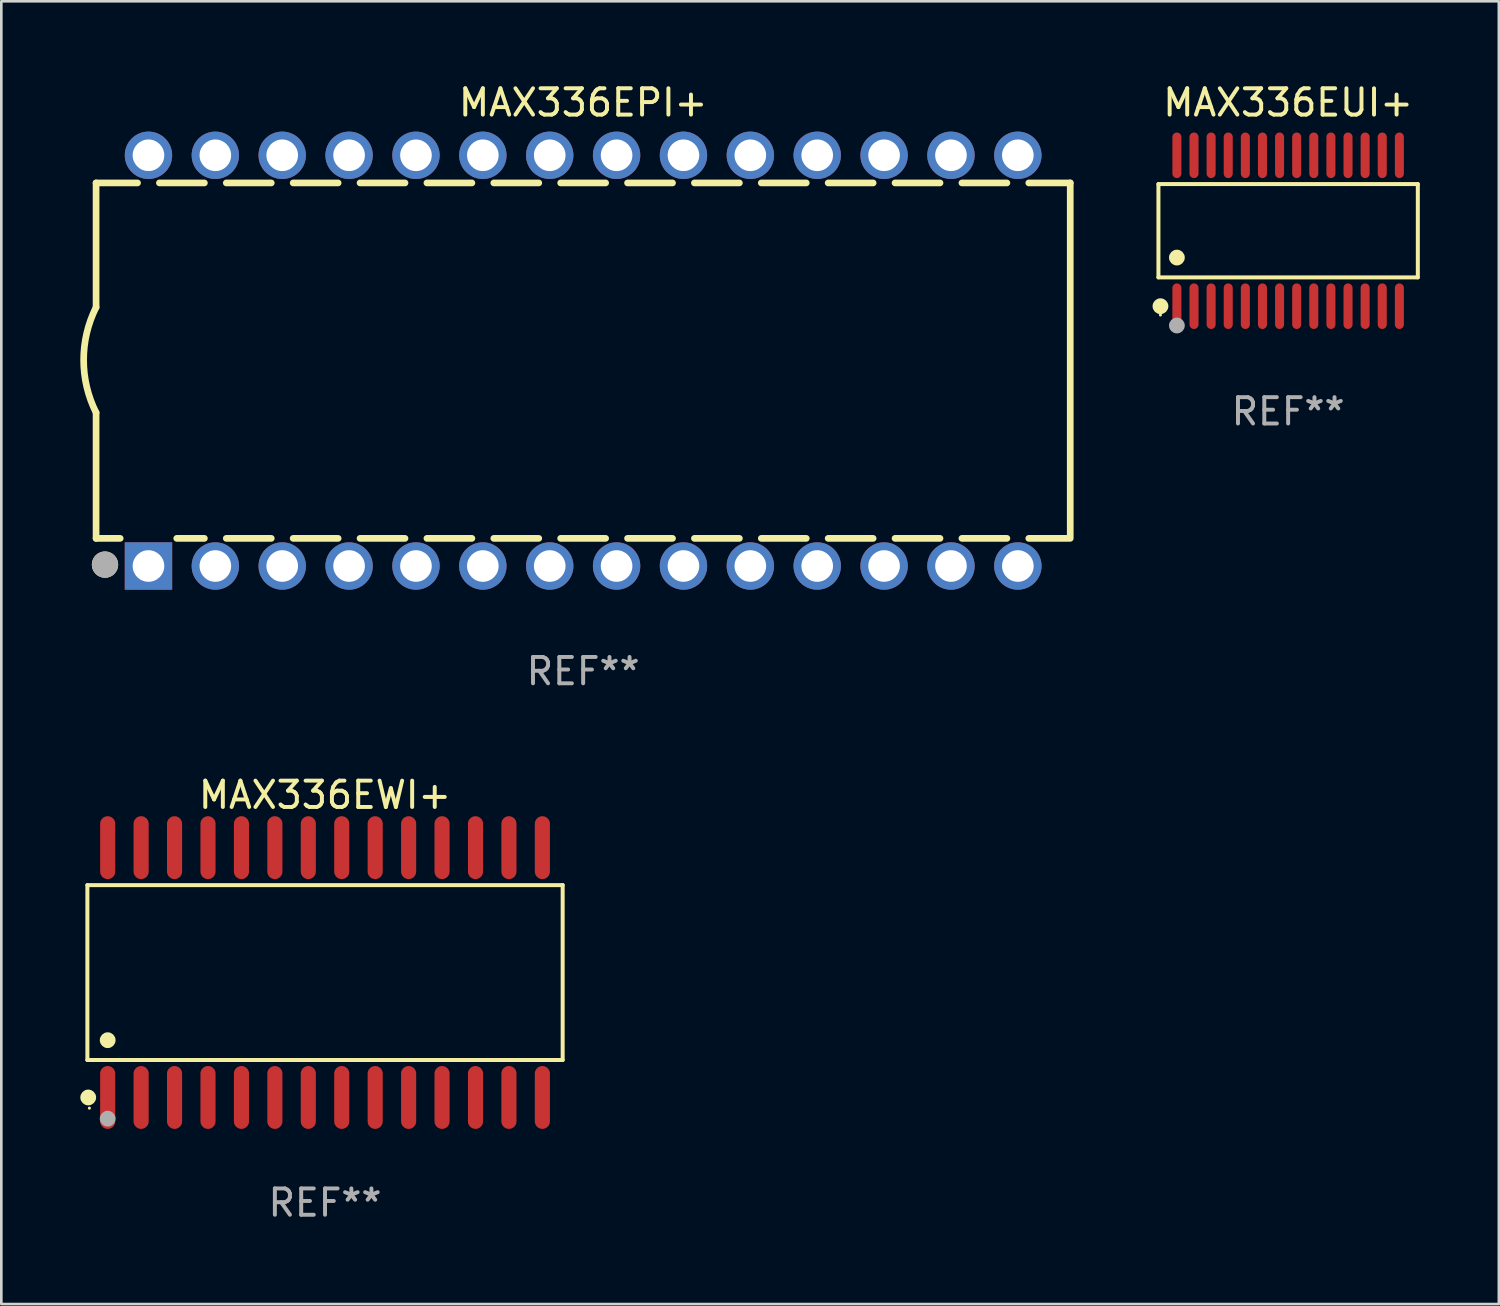
<source format=kicad_pcb>
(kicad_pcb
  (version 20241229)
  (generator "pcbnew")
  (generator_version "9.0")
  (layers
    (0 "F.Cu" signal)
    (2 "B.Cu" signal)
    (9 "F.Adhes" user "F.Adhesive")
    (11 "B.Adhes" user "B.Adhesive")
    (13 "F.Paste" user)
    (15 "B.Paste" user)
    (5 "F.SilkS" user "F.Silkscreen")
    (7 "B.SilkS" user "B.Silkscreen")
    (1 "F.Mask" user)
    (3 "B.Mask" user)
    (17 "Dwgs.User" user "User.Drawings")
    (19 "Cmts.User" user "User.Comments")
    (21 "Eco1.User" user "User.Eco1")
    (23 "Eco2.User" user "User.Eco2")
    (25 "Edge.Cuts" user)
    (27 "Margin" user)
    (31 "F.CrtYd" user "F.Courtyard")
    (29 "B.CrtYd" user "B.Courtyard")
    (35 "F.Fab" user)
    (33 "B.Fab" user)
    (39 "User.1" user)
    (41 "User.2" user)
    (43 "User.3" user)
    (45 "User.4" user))
  (footprint "MAX336EPI+"
    (layer "F.Cu")
    (at 19.099 10.648)
    (property "Reference" "MAX336EPI+" (at 0 -9.8 0) (layer "F.SilkS") (effects (font (size 1 1) (thickness 0.15))))
    (attr through_hole)
    (fp_line (start -18.5 -6.75) (end -18.5 -2.026) (stroke (width 0.254) (type solid)) (layer "F.SilkS"))
    (fp_line (start -18.5 -6.75) (end -16.926 -6.75) (stroke (width 0.254) (type solid)) (layer "F.SilkS"))
    (fp_line (start -18.5 6.75) (end -18.5 1.974) (stroke (width 0.254) (type solid)) (layer "F.SilkS"))
    (fp_line (start -18.5 6.75) (end -17.584 6.75) (stroke (width 0.254) (type solid)) (layer "F.SilkS"))
    (fp_line (start -16.094 -6.75) (end -14.386 -6.75) (stroke (width 0.254) (type solid)) (layer "F.SilkS"))
    (fp_line (start -15.436 6.75) (end -14.386 6.75) (stroke (width 0.254) (type solid)) (layer "F.SilkS"))
    (fp_line (start -13.554 -6.75) (end -11.846 -6.75) (stroke (width 0.254) (type solid)) (layer "F.SilkS"))
    (fp_line (start -13.554 6.75) (end -11.846 6.75) (stroke (width 0.254) (type solid)) (layer "F.SilkS"))
    (fp_line (start -11.014 -6.75) (end -9.306 -6.75) (stroke (width 0.254) (type solid)) (layer "F.SilkS"))
    (fp_line (start -11.014 6.75) (end -9.306 6.75) (stroke (width 0.254) (type solid)) (layer "F.SilkS"))
    (fp_line (start -8.474 -6.75) (end -6.766 -6.75) (stroke (width 0.254) (type solid)) (layer "F.SilkS"))
    (fp_line (start -8.474 6.75) (end -6.766 6.75) (stroke (width 0.254) (type solid)) (layer "F.SilkS"))
    (fp_line (start -5.934 -6.75) (end -4.226 -6.75) (stroke (width 0.254) (type solid)) (layer "F.SilkS"))
    (fp_line (start -5.934 6.75) (end -4.226 6.75) (stroke (width 0.254) (type solid)) (layer "F.SilkS"))
    (fp_line (start -3.394 -6.75) (end -1.686 -6.75) (stroke (width 0.254) (type solid)) (layer "F.SilkS"))
    (fp_line (start -3.394 6.75) (end -1.686 6.75) (stroke (width 0.254) (type solid)) (layer "F.SilkS"))
    (fp_line (start -0.854 -6.75) (end 0.854 -6.75) (stroke (width 0.254) (type solid)) (layer "F.SilkS"))
    (fp_line (start -0.854 6.75) (end 0.854 6.75) (stroke (width 0.254) (type solid)) (layer "F.SilkS"))
    (fp_line (start 1.686 -6.75) (end 3.394 -6.75) (stroke (width 0.254) (type solid)) (layer "F.SilkS"))
    (fp_line (start 1.686 6.75) (end 3.394 6.75) (stroke (width 0.254) (type solid)) (layer "F.SilkS"))
    (fp_line (start 4.226 -6.75) (end 5.934 -6.75) (stroke (width 0.254) (type solid)) (layer "F.SilkS"))
    (fp_line (start 4.226 6.75) (end 5.934 6.75) (stroke (width 0.254) (type solid)) (layer "F.SilkS"))
    (fp_line (start 6.766 -6.75) (end 8.474 -6.75) (stroke (width 0.254) (type solid)) (layer "F.SilkS"))
    (fp_line (start 6.766 6.75) (end 8.474 6.75) (stroke (width 0.254) (type solid)) (layer "F.SilkS"))
    (fp_line (start 9.306 -6.75) (end 11.014 -6.75) (stroke (width 0.254) (type solid)) (layer "F.SilkS"))
    (fp_line (start 9.306 6.75) (end 11.014 6.75) (stroke (width 0.254) (type solid)) (layer "F.SilkS"))
    (fp_line (start 11.846 -6.75) (end 13.554 -6.75) (stroke (width 0.254) (type solid)) (layer "F.SilkS"))
    (fp_line (start 11.846 6.75) (end 13.554 6.75) (stroke (width 0.254) (type solid)) (layer "F.SilkS"))
    (fp_line (start 14.386 -6.75) (end 16.094 -6.75) (stroke (width 0.254) (type solid)) (layer "F.SilkS"))
    (fp_line (start 14.386 6.75) (end 16.094 6.75) (stroke (width 0.254) (type solid)) (layer "F.SilkS"))
    (fp_line (start 16.926 -6.75) (end 18.5 -6.75) (stroke (width 0.254) (type solid)) (layer "F.SilkS"))
    (fp_line (start 16.926 6.75) (end 18.415 6.75) (stroke (width 0.254) (type solid)) (layer "F.SilkS"))
    (fp_line (start 18.5 6.75) (end 18.5 -6.75) (stroke (width 0.254) (type solid)) (layer "F.SilkS"))
    (fp_arc (start -18.500051 1.974384) (mid -18.972187 -0.025616) (end -18.500051 -2.025616) (stroke (width 0.254001) (type solid)) (layer "F.SilkS"))
    (fp_circle (center -18.5 7.8) (end -18.47 7.8) (stroke (width 0.06) (type solid)) (fill no) (layer "F.SilkS"))
    (fp_circle (center -18.161 7.747) (end -17.911 7.747) (stroke (width 0.5) (type solid)) (fill no) (layer "F.SilkS"))
    (fp_circle (center -18.161 7.747) (end -17.911 7.747) (stroke (width 0.5) (type solid)) (fill no) (layer "F.Fab"))
    (fp_text user "REF**" (at 0 11.8 0) (layer "F.Fab") (effects (font (size 1 1) (thickness 0.15))))
    (pad "1" thru_hole rect (at -16.51 7.8) (size 1.8 1.8) (drill 1.2) (layers "*.Cu" "*.Mask"))
    (pad "2" thru_hole circle (at -13.97 7.8) (size 1.8 1.8) (drill 1.2) (layers "*.Cu" "*.Mask"))
    (pad "3" thru_hole circle (at -11.43 7.8) (size 1.8 1.8) (drill 1.2) (layers "*.Cu" "*.Mask"))
    (pad "4" thru_hole circle (at -8.89 7.8) (size 1.8 1.8) (drill 1.2) (layers "*.Cu" "*.Mask"))
    (pad "5" thru_hole circle (at -6.35 7.8) (size 1.8 1.8) (drill 1.2) (layers "*.Cu" "*.Mask"))
    (pad "6" thru_hole circle (at -3.81 7.8) (size 1.8 1.8) (drill 1.2) (layers "*.Cu" "*.Mask"))
    (pad "7" thru_hole circle (at -1.27 7.8) (size 1.8 1.8) (drill 1.2) (layers "*.Cu" "*.Mask"))
    (pad "8" thru_hole circle (at 1.27 7.8) (size 1.8 1.8) (drill 1.2) (layers "*.Cu" "*.Mask"))
    (pad "9" thru_hole circle (at 3.81 7.8) (size 1.8 1.8) (drill 1.2) (layers "*.Cu" "*.Mask"))
    (pad "10" thru_hole circle (at 6.35 7.8) (size 1.8 1.8) (drill 1.2) (layers "*.Cu" "*.Mask"))
    (pad "11" thru_hole circle (at 8.89 7.8) (size 1.8 1.8) (drill 1.2) (layers "*.Cu" "*.Mask"))
    (pad "12" thru_hole circle (at 11.43 7.8) (size 1.8 1.8) (drill 1.2) (layers "*.Cu" "*.Mask"))
    (pad "13" thru_hole circle (at 13.97 7.8) (size 1.8 1.8) (drill 1.2) (layers "*.Cu" "*.Mask"))
    (pad "14" thru_hole circle (at 16.51 7.8) (size 1.8 1.8) (drill 1.2) (layers "*.Cu" "*.Mask"))
    (pad "15" thru_hole circle (at 16.51 -7.8) (size 1.8 1.8) (drill 1.2) (layers "*.Cu" "*.Mask"))
    (pad "16" thru_hole circle (at 13.97 -7.8) (size 1.8 1.8) (drill 1.2) (layers "*.Cu" "*.Mask"))
    (pad "17" thru_hole circle (at 11.43 -7.8) (size 1.8 1.8) (drill 1.2) (layers "*.Cu" "*.Mask"))
    (pad "18" thru_hole circle (at 8.89 -7.8) (size 1.8 1.8) (drill 1.2) (layers "*.Cu" "*.Mask"))
    (pad "19" thru_hole circle (at 6.35 -7.8) (size 1.8 1.8) (drill 1.2) (layers "*.Cu" "*.Mask"))
    (pad "20" thru_hole circle (at 3.81 -7.8) (size 1.8 1.8) (drill 1.2) (layers "*.Cu" "*.Mask"))
    (pad "21" thru_hole circle (at 1.27 -7.8) (size 1.8 1.8) (drill 1.2) (layers "*.Cu" "*.Mask"))
    (pad "22" thru_hole circle (at -1.27 -7.8) (size 1.8 1.8) (drill 1.2) (layers "*.Cu" "*.Mask"))
    (pad "23" thru_hole circle (at -3.81 -7.8) (size 1.8 1.8) (drill 1.2) (layers "*.Cu" "*.Mask"))
    (pad "24" thru_hole circle (at -6.35 -7.8) (size 1.8 1.8) (drill 1.2) (layers "*.Cu" "*.Mask"))
    (pad "25" thru_hole circle (at -8.89 -7.8) (size 1.8 1.8) (drill 1.2) (layers "*.Cu" "*.Mask"))
    (pad "26" thru_hole circle (at -11.43 -7.8) (size 1.8 1.8) (drill 1.2) (layers "*.Cu" "*.Mask"))
    (pad "27" thru_hole circle (at -13.97 -7.8) (size 1.8 1.8) (drill 1.2) (layers "*.Cu" "*.Mask"))
    (pad "28" thru_hole circle (at -16.51 -7.8) (size 1.8 1.8) (drill 1.2) (layers "*.Cu" "*.Mask")))
  (footprint "MAX336EWI+"
    (layer "F.Cu")
    (at 9.295 33.889)
    (property "Reference" "MAX336EWI+" (at 0 -6.744 0) (layer "F.SilkS") (effects (font (size 1 1) (thickness 0.15))))
    (attr through_hole)
    (fp_line (start -9.026 -3.321) (end 9.026 -3.321) (stroke (width 0.152) (type solid)) (layer "F.SilkS"))
    (fp_line (start -9.026 3.321) (end -9.026 -3.321) (stroke (width 0.152) (type solid)) (layer "F.SilkS"))
    (fp_line (start 9.026 -3.321) (end 9.026 3.321) (stroke (width 0.152) (type solid)) (layer "F.SilkS"))
    (fp_line (start 9.026 3.321) (end -9.026 3.321) (stroke (width 0.152) (type solid)) (layer "F.SilkS"))
    (fp_circle (center -8.994 4.744) (end -8.844 4.744) (stroke (width 0.3) (type solid)) (fill no) (layer "F.SilkS"))
    (fp_circle (center -8.95 5.15) (end -8.92 5.15) (stroke (width 0.06) (type solid)) (fill no) (layer "F.SilkS"))
    (fp_circle (center -8.255 2.569) (end -8.105 2.569) (stroke (width 0.3) (type solid)) (fill no) (layer "F.SilkS"))
    (fp_circle (center -8.255 5.55) (end -8.105 5.55) (stroke (width 0.3) (type solid)) (fill no) (layer "F.Fab"))
    (fp_text user "REF**" (at 0 8.744 0) (layer "F.Fab") (effects (font (size 1 1) (thickness 0.15))))
    (pad "1" smd oval (at -8.255 4.744) (size 0.574 2.388) (layers "F.Cu" "F.Mask" "F.Paste"))
    (pad "2" smd oval (at -6.985 4.744) (size 0.574 2.388) (layers "F.Cu" "F.Mask" "F.Paste"))
    (pad "3" smd oval (at -5.715 4.744) (size 0.574 2.388) (layers "F.Cu" "F.Mask" "F.Paste"))
    (pad "4" smd oval (at -4.445 4.744) (size 0.574 2.388) (layers "F.Cu" "F.Mask" "F.Paste"))
    (pad "5" smd oval (at -3.175 4.744) (size 0.574 2.388) (layers "F.Cu" "F.Mask" "F.Paste"))
    (pad "6" smd oval (at -1.905 4.744) (size 0.574 2.388) (layers "F.Cu" "F.Mask" "F.Paste"))
    (pad "7" smd oval (at -0.635 4.744) (size 0.574 2.388) (layers "F.Cu" "F.Mask" "F.Paste"))
    (pad "8" smd oval (at 0.635 4.744) (size 0.574 2.388) (layers "F.Cu" "F.Mask" "F.Paste"))
    (pad "9" smd oval (at 1.905 4.744) (size 0.574 2.388) (layers "F.Cu" "F.Mask" "F.Paste"))
    (pad "10" smd oval (at 3.175 4.744) (size 0.574 2.388) (layers "F.Cu" "F.Mask" "F.Paste"))
    (pad "11" smd oval (at 4.445 4.744) (size 0.574 2.388) (layers "F.Cu" "F.Mask" "F.Paste"))
    (pad "12" smd oval (at 5.715 4.744) (size 0.574 2.388) (layers "F.Cu" "F.Mask" "F.Paste"))
    (pad "13" smd oval (at 6.985 4.744) (size 0.574 2.388) (layers "F.Cu" "F.Mask" "F.Paste"))
    (pad "14" smd oval (at 8.255 4.744) (size 0.574 2.388) (layers "F.Cu" "F.Mask" "F.Paste"))
    (pad "15" smd oval (at 8.255 -4.744) (size 0.574 2.388) (layers "F.Cu" "F.Mask" "F.Paste"))
    (pad "16" smd oval (at 6.985 -4.744) (size 0.574 2.388) (layers "F.Cu" "F.Mask" "F.Paste"))
    (pad "17" smd oval (at 5.715 -4.744) (size 0.574 2.388) (layers "F.Cu" "F.Mask" "F.Paste"))
    (pad "18" smd oval (at 4.445 -4.744) (size 0.574 2.388) (layers "F.Cu" "F.Mask" "F.Paste"))
    (pad "19" smd oval (at 3.175 -4.744) (size 0.574 2.388) (layers "F.Cu" "F.Mask" "F.Paste"))
    (pad "20" smd oval (at 1.905 -4.744) (size 0.574 2.388) (layers "F.Cu" "F.Mask" "F.Paste"))
    (pad "21" smd oval (at 0.635 -4.744) (size 0.574 2.388) (layers "F.Cu" "F.Mask" "F.Paste"))
    (pad "22" smd oval (at -0.635 -4.744) (size 0.574 2.388) (layers "F.Cu" "F.Mask" "F.Paste"))
    (pad "23" smd oval (at -1.905 -4.744) (size 0.574 2.388) (layers "F.Cu" "F.Mask" "F.Paste"))
    (pad "24" smd oval (at -3.175 -4.744) (size 0.574 2.388) (layers "F.Cu" "F.Mask" "F.Paste"))
    (pad "25" smd oval (at -4.445 -4.744) (size 0.574 2.388) (layers "F.Cu" "F.Mask" "F.Paste"))
    (pad "26" smd oval (at -5.715 -4.744) (size 0.574 2.388) (layers "F.Cu" "F.Mask" "F.Paste"))
    (pad "27" smd oval (at -6.985 -4.744) (size 0.574 2.388) (layers "F.Cu" "F.Mask" "F.Paste"))
    (pad "28" smd oval (at -8.255 -4.744) (size 0.574 2.388) (layers "F.Cu" "F.Mask" "F.Paste")))
  (footprint "MAX336EUI+"
    (layer "F.Cu")
    (at 45.875 5.714)
    (property "Reference" "MAX336EUI+" (at 0 -4.866 0) (layer "F.SilkS") (effects (font (size 1 1) (thickness 0.15))))
    (attr through_hole)
    (fp_line (start -4.926 -1.772) (end 4.926 -1.772) (stroke (width 0.152) (type solid)) (layer "F.SilkS"))
    (fp_line (start -4.926 1.771) (end -4.926 -1.772) (stroke (width 0.152) (type solid)) (layer "F.SilkS"))
    (fp_line (start 4.926 -1.772) (end 4.926 1.771) (stroke (width 0.152) (type solid)) (layer "F.SilkS"))
    (fp_line (start 4.926 1.771) (end -4.926 1.771) (stroke (width 0.152) (type solid)) (layer "F.SilkS"))
    (fp_circle (center -4.85 3.2) (end -4.82 3.2) (stroke (width 0.06) (type solid)) (fill no) (layer "F.SilkS"))
    (fp_circle (center -4.849 2.866) (end -4.699 2.866) (stroke (width 0.3) (type solid)) (fill no) (layer "F.SilkS"))
    (fp_circle (center -4.225 1.019) (end -4.075 1.019) (stroke (width 0.3) (type solid)) (fill no) (layer "F.SilkS"))
    (fp_circle (center -4.225 3.6) (end -4.075 3.6) (stroke (width 0.3) (type solid)) (fill no) (layer "F.Fab"))
    (fp_text user "REF**" (at 0 6.866 0) (layer "F.Fab") (effects (font (size 1 1) (thickness 0.15))))
    (pad "1" smd oval (at -4.225 2.866) (size 0.343 1.731) (layers "F.Cu" "F.Mask" "F.Paste"))
    (pad "2" smd oval (at -3.575 2.866) (size 0.343 1.731) (layers "F.Cu" "F.Mask" "F.Paste"))
    (pad "3" smd oval (at -2.925 2.866) (size 0.343 1.731) (layers "F.Cu" "F.Mask" "F.Paste"))
    (pad "4" smd oval (at -2.275 2.866) (size 0.343 1.731) (layers "F.Cu" "F.Mask" "F.Paste"))
    (pad "5" smd oval (at -1.625 2.866) (size 0.343 1.731) (layers "F.Cu" "F.Mask" "F.Paste"))
    (pad "6" smd oval (at -0.975 2.866) (size 0.343 1.731) (layers "F.Cu" "F.Mask" "F.Paste"))
    (pad "7" smd oval (at -0.325 2.866) (size 0.343 1.731) (layers "F.Cu" "F.Mask" "F.Paste"))
    (pad "8" smd oval (at 0.325 2.866) (size 0.343 1.731) (layers "F.Cu" "F.Mask" "F.Paste"))
    (pad "9" smd oval (at 0.975 2.866) (size 0.343 1.731) (layers "F.Cu" "F.Mask" "F.Paste"))
    (pad "10" smd oval (at 1.625 2.866) (size 0.343 1.731) (layers "F.Cu" "F.Mask" "F.Paste"))
    (pad "11" smd oval (at 2.275 2.866) (size 0.343 1.731) (layers "F.Cu" "F.Mask" "F.Paste"))
    (pad "12" smd oval (at 2.925 2.866) (size 0.343 1.731) (layers "F.Cu" "F.Mask" "F.Paste"))
    (pad "13" smd oval (at 3.575 2.866) (size 0.343 1.731) (layers "F.Cu" "F.Mask" "F.Paste"))
    (pad "14" smd oval (at 4.225 2.866) (size 0.343 1.731) (layers "F.Cu" "F.Mask" "F.Paste"))
    (pad "15" smd oval (at 4.225 -2.866) (size 0.343 1.731) (layers "F.Cu" "F.Mask" "F.Paste"))
    (pad "16" smd oval (at 3.575 -2.866) (size 0.343 1.731) (layers "F.Cu" "F.Mask" "F.Paste"))
    (pad "17" smd oval (at 2.925 -2.866) (size 0.343 1.731) (layers "F.Cu" "F.Mask" "F.Paste"))
    (pad "18" smd oval (at 2.275 -2.866) (size 0.343 1.731) (layers "F.Cu" "F.Mask" "F.Paste"))
    (pad "19" smd oval (at 1.625 -2.866) (size 0.343 1.731) (layers "F.Cu" "F.Mask" "F.Paste"))
    (pad "20" smd oval (at 0.975 -2.866) (size 0.343 1.731) (layers "F.Cu" "F.Mask" "F.Paste"))
    (pad "21" smd oval (at 0.325 -2.866) (size 0.343 1.731) (layers "F.Cu" "F.Mask" "F.Paste"))
    (pad "22" smd oval (at -0.325 -2.866) (size 0.343 1.731) (layers "F.Cu" "F.Mask" "F.Paste"))
    (pad "23" smd oval (at -0.975 -2.866) (size 0.343 1.731) (layers "F.Cu" "F.Mask" "F.Paste"))
    (pad "24" smd oval (at -1.625 -2.866) (size 0.343 1.731) (layers "F.Cu" "F.Mask" "F.Paste"))
    (pad "25" smd oval (at -2.275 -2.866) (size 0.343 1.731) (layers "F.Cu" "F.Mask" "F.Paste"))
    (pad "26" smd oval (at -2.925 -2.866) (size 0.343 1.731) (layers "F.Cu" "F.Mask" "F.Paste"))
    (pad "27" smd oval (at -3.575 -2.866) (size 0.343 1.731) (layers "F.Cu" "F.Mask" "F.Paste"))
    (pad "28" smd oval (at -4.225 -2.866) (size 0.343 1.731) (layers "F.Cu" "F.Mask" "F.Paste")))
  (gr_rect
    (start -3 -3)
    (end 53.878 46.481)
    (stroke (width 0.1) (type default))
    (fill no)
    (layer "Edge.Cuts")))
</source>
